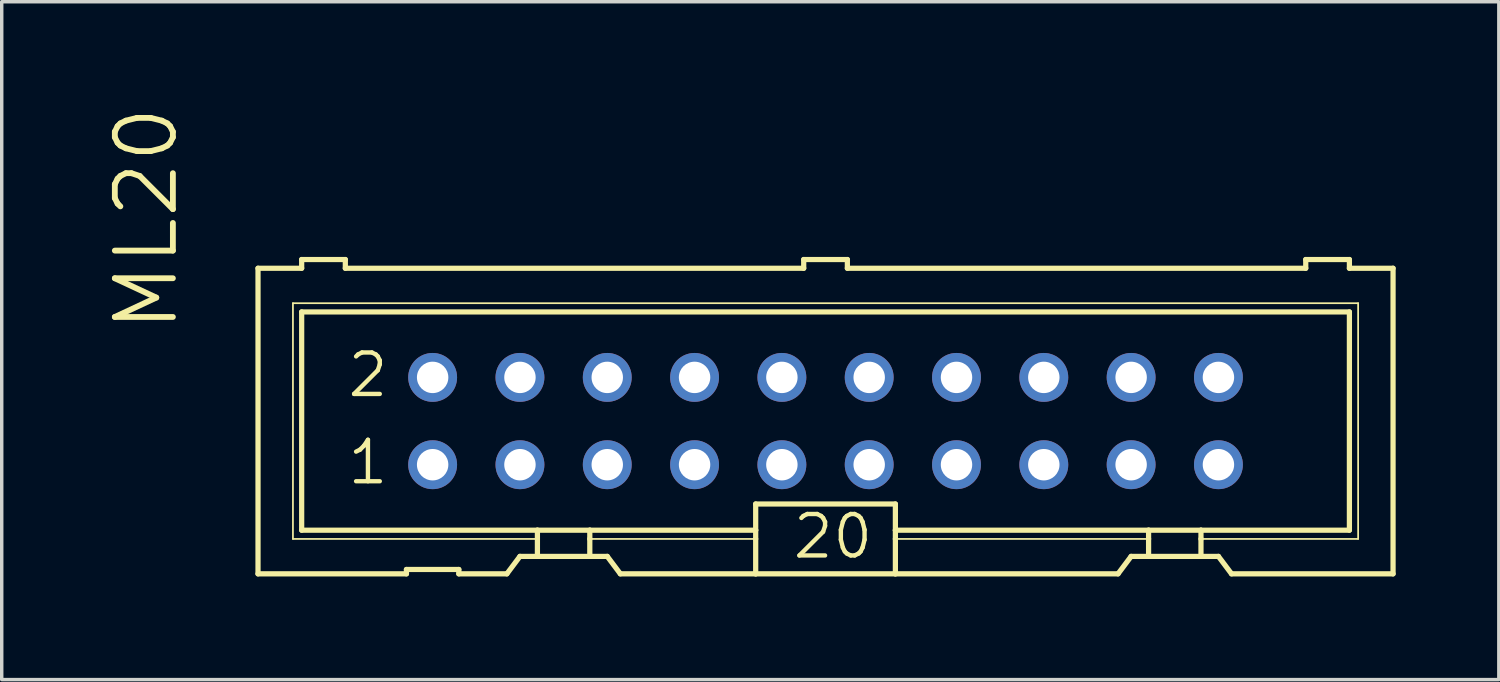
<source format=kicad_pcb>
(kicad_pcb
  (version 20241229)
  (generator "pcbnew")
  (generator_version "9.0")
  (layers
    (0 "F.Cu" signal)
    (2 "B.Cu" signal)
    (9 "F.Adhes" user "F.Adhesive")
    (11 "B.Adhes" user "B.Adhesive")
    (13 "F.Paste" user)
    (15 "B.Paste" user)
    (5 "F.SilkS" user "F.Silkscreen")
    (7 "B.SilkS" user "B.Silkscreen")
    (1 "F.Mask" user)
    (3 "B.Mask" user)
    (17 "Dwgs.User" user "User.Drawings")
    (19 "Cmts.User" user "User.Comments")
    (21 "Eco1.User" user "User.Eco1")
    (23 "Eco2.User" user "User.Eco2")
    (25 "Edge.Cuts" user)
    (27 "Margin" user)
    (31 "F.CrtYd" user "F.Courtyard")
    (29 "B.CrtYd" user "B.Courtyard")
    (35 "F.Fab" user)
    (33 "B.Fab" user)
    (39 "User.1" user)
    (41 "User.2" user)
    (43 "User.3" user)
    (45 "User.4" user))
  (footprint "ML20"
    (layer "F.Cu")
    (at 20.966 9.199)
    (property "Reference" "ML20" (at -18.771 -2.515 90) (layer "F.SilkS") (effects (font (size 1.689 1.689) (thickness 0.169)) (justify left bottom)))
    (attr through_hole)
    (fp_line (start -16.51 -4.445) (end -16.51 4.445) (stroke (width 0.152) (type solid)) (layer "F.SilkS"))
    (fp_line (start -16.51 -4.445) (end -15.24 -4.445) (stroke (width 0.152) (type solid)) (layer "F.SilkS"))
    (fp_line (start -16.51 4.445) (end -12.192 4.445) (stroke (width 0.152) (type solid)) (layer "F.SilkS"))
    (fp_line (start -15.494 -3.429) (end -15.494 3.429) (stroke (width 0.051) (type solid)) (layer "F.SilkS"))
    (fp_line (start -15.494 3.429) (end -8.382 3.429) (stroke (width 0.051) (type solid)) (layer "F.SilkS"))
    (fp_line (start -15.24 -4.699) (end -15.24 -4.445) (stroke (width 0.152) (type solid)) (layer "F.SilkS"))
    (fp_line (start -15.24 -3.175) (end -15.24 3.175) (stroke (width 0.152) (type solid)) (layer "F.SilkS"))
    (fp_line (start -15.24 -3.175) (end 15.24 -3.175) (stroke (width 0.152) (type solid)) (layer "F.SilkS"))
    (fp_line (start -13.97 -4.699) (end -15.24 -4.699) (stroke (width 0.152) (type solid)) (layer "F.SilkS"))
    (fp_line (start -13.97 -4.699) (end -13.97 -4.445) (stroke (width 0.152) (type solid)) (layer "F.SilkS"))
    (fp_line (start -13.97 -4.445) (end -0.635 -4.445) (stroke (width 0.152) (type solid)) (layer "F.SilkS"))
    (fp_line (start -12.192 4.318) (end -12.192 4.445) (stroke (width 0.152) (type solid)) (layer "F.SilkS"))
    (fp_line (start -12.192 4.318) (end -10.668 4.318) (stroke (width 0.152) (type solid)) (layer "F.SilkS"))
    (fp_line (start -10.668 4.445) (end -10.668 4.318) (stroke (width 0.152) (type solid)) (layer "F.SilkS"))
    (fp_line (start -10.668 4.445) (end -9.271 4.445) (stroke (width 0.152) (type solid)) (layer "F.SilkS"))
    (fp_line (start -9.271 4.445) (end -8.89 3.937) (stroke (width 0.152) (type solid)) (layer "F.SilkS"))
    (fp_line (start -8.382 3.175) (end -15.24 3.175) (stroke (width 0.152) (type solid)) (layer "F.SilkS"))
    (fp_line (start -8.382 3.175) (end -8.382 3.429) (stroke (width 0.152) (type solid)) (layer "F.SilkS"))
    (fp_line (start -8.382 3.429) (end -8.382 3.937) (stroke (width 0.152) (type solid)) (layer "F.SilkS"))
    (fp_line (start -8.382 3.937) (end -8.89 3.937) (stroke (width 0.152) (type solid)) (layer "F.SilkS"))
    (fp_line (start -6.858 3.175) (end -8.382 3.175) (stroke (width 0.152) (type solid)) (layer "F.SilkS"))
    (fp_line (start -6.858 3.175) (end -6.858 3.429) (stroke (width 0.152) (type solid)) (layer "F.SilkS"))
    (fp_line (start -6.858 3.429) (end -6.858 3.937) (stroke (width 0.152) (type solid)) (layer "F.SilkS"))
    (fp_line (start -6.858 3.429) (end -2.032 3.429) (stroke (width 0.051) (type solid)) (layer "F.SilkS"))
    (fp_line (start -6.858 3.937) (end -8.382 3.937) (stroke (width 0.152) (type solid)) (layer "F.SilkS"))
    (fp_line (start -6.35 3.937) (end -6.858 3.937) (stroke (width 0.152) (type solid)) (layer "F.SilkS"))
    (fp_line (start -6.35 3.937) (end -5.969 4.445) (stroke (width 0.152) (type solid)) (layer "F.SilkS"))
    (fp_line (start -5.969 4.445) (end -2.032 4.445) (stroke (width 0.152) (type solid)) (layer "F.SilkS"))
    (fp_line (start -2.032 3.175) (end -6.858 3.175) (stroke (width 0.152) (type solid)) (layer "F.SilkS"))
    (fp_line (start -2.032 3.175) (end -2.032 2.413) (stroke (width 0.152) (type solid)) (layer "F.SilkS"))
    (fp_line (start -2.032 3.175) (end -2.032 3.429) (stroke (width 0.152) (type solid)) (layer "F.SilkS"))
    (fp_line (start -2.032 3.429) (end -2.032 4.445) (stroke (width 0.152) (type solid)) (layer "F.SilkS"))
    (fp_line (start -0.635 -4.699) (end -0.635 -4.445) (stroke (width 0.152) (type solid)) (layer "F.SilkS"))
    (fp_line (start 0.635 -4.699) (end -0.635 -4.699) (stroke (width 0.152) (type solid)) (layer "F.SilkS"))
    (fp_line (start 0.635 -4.699) (end 0.635 -4.445) (stroke (width 0.152) (type solid)) (layer "F.SilkS"))
    (fp_line (start 0.635 -4.445) (end 13.97 -4.445) (stroke (width 0.152) (type solid)) (layer "F.SilkS"))
    (fp_line (start 2.032 2.413) (end -2.032 2.413) (stroke (width 0.152) (type solid)) (layer "F.SilkS"))
    (fp_line (start 2.032 2.413) (end 2.032 3.175) (stroke (width 0.152) (type solid)) (layer "F.SilkS"))
    (fp_line (start 2.032 3.175) (end 2.032 3.429) (stroke (width 0.152) (type solid)) (layer "F.SilkS"))
    (fp_line (start 2.032 3.429) (end 2.032 4.445) (stroke (width 0.152) (type solid)) (layer "F.SilkS"))
    (fp_line (start 2.032 4.445) (end -2.032 4.445) (stroke (width 0.152) (type solid)) (layer "F.SilkS"))
    (fp_line (start 8.509 4.445) (end 2.032 4.445) (stroke (width 0.152) (type solid)) (layer "F.SilkS"))
    (fp_line (start 8.509 4.445) (end 8.89 3.937) (stroke (width 0.152) (type solid)) (layer "F.SilkS"))
    (fp_line (start 9.398 3.175) (end 2.032 3.175) (stroke (width 0.152) (type solid)) (layer "F.SilkS"))
    (fp_line (start 9.398 3.175) (end 9.398 3.429) (stroke (width 0.152) (type solid)) (layer "F.SilkS"))
    (fp_line (start 9.398 3.429) (end 2.032 3.429) (stroke (width 0.051) (type solid)) (layer "F.SilkS"))
    (fp_line (start 9.398 3.429) (end 9.398 3.937) (stroke (width 0.152) (type solid)) (layer "F.SilkS"))
    (fp_line (start 9.398 3.937) (end 8.89 3.937) (stroke (width 0.152) (type solid)) (layer "F.SilkS"))
    (fp_line (start 10.922 3.175) (end 9.398 3.175) (stroke (width 0.152) (type solid)) (layer "F.SilkS"))
    (fp_line (start 10.922 3.175) (end 10.922 3.429) (stroke (width 0.152) (type solid)) (layer "F.SilkS"))
    (fp_line (start 10.922 3.429) (end 10.922 3.937) (stroke (width 0.152) (type solid)) (layer "F.SilkS"))
    (fp_line (start 10.922 3.429) (end 15.494 3.429) (stroke (width 0.051) (type solid)) (layer "F.SilkS"))
    (fp_line (start 10.922 3.937) (end 9.398 3.937) (stroke (width 0.152) (type solid)) (layer "F.SilkS"))
    (fp_line (start 11.43 3.937) (end 10.922 3.937) (stroke (width 0.152) (type solid)) (layer "F.SilkS"))
    (fp_line (start 11.43 3.937) (end 11.811 4.445) (stroke (width 0.152) (type solid)) (layer "F.SilkS"))
    (fp_line (start 13.97 -4.445) (end 13.97 -4.699) (stroke (width 0.152) (type solid)) (layer "F.SilkS"))
    (fp_line (start 15.24 -4.699) (end 13.97 -4.699) (stroke (width 0.152) (type solid)) (layer "F.SilkS"))
    (fp_line (start 15.24 -4.445) (end 15.24 -4.699) (stroke (width 0.152) (type solid)) (layer "F.SilkS"))
    (fp_line (start 15.24 -4.445) (end 16.51 -4.445) (stroke (width 0.152) (type solid)) (layer "F.SilkS"))
    (fp_line (start 15.24 3.175) (end 10.922 3.175) (stroke (width 0.152) (type solid)) (layer "F.SilkS"))
    (fp_line (start 15.24 3.175) (end 15.24 -3.175) (stroke (width 0.152) (type solid)) (layer "F.SilkS"))
    (fp_line (start 15.494 -3.429) (end -15.494 -3.429) (stroke (width 0.051) (type solid)) (layer "F.SilkS"))
    (fp_line (start 15.494 3.429) (end 15.494 -3.429) (stroke (width 0.051) (type solid)) (layer "F.SilkS"))
    (fp_line (start 16.51 4.445) (end 11.811 4.445) (stroke (width 0.152) (type solid)) (layer "F.SilkS"))
    (fp_line (start 16.51 4.445) (end 16.51 -4.445) (stroke (width 0.152) (type solid)) (layer "F.SilkS"))
    (fp_poly (pts (xy -11.684 -1.016) (xy -11.176 -1.016) (xy -11.176 -1.524) (xy -11.684 -1.524)) (stroke (width 0.1) (type solid)) (fill no) (layer "F.Fab"))
    (fp_poly (pts (xy -11.684 1.524) (xy -11.176 1.524) (xy -11.176 1.016) (xy -11.684 1.016)) (stroke (width 0.1) (type solid)) (fill no) (layer "F.Fab"))
    (fp_poly (pts (xy -9.144 -1.016) (xy -8.636 -1.016) (xy -8.636 -1.524) (xy -9.144 -1.524)) (stroke (width 0.1) (type solid)) (fill no) (layer "F.Fab"))
    (fp_poly (pts (xy -9.144 1.524) (xy -8.636 1.524) (xy -8.636 1.016) (xy -9.144 1.016)) (stroke (width 0.1) (type solid)) (fill no) (layer "F.Fab"))
    (fp_poly (pts (xy -6.604 -1.016) (xy -6.096 -1.016) (xy -6.096 -1.524) (xy -6.604 -1.524)) (stroke (width 0.1) (type solid)) (fill no) (layer "F.Fab"))
    (fp_poly (pts (xy -6.604 1.524) (xy -6.096 1.524) (xy -6.096 1.016) (xy -6.604 1.016)) (stroke (width 0.1) (type solid)) (fill no) (layer "F.Fab"))
    (fp_poly (pts (xy -4.064 -1.016) (xy -3.556 -1.016) (xy -3.556 -1.524) (xy -4.064 -1.524)) (stroke (width 0.1) (type solid)) (fill no) (layer "F.Fab"))
    (fp_poly (pts (xy -4.064 1.524) (xy -3.556 1.524) (xy -3.556 1.016) (xy -4.064 1.016)) (stroke (width 0.1) (type solid)) (fill no) (layer "F.Fab"))
    (fp_poly (pts (xy -1.524 -1.016) (xy -1.016 -1.016) (xy -1.016 -1.524) (xy -1.524 -1.524)) (stroke (width 0.1) (type solid)) (fill no) (layer "F.Fab"))
    (fp_poly (pts (xy -1.524 1.524) (xy -1.016 1.524) (xy -1.016 1.016) (xy -1.524 1.016)) (stroke (width 0.1) (type solid)) (fill no) (layer "F.Fab"))
    (fp_poly (pts (xy 1.016 -1.016) (xy 1.524 -1.016) (xy 1.524 -1.524) (xy 1.016 -1.524)) (stroke (width 0.1) (type solid)) (fill no) (layer "F.Fab"))
    (fp_poly (pts (xy 1.016 1.524) (xy 1.524 1.524) (xy 1.524 1.016) (xy 1.016 1.016)) (stroke (width 0.1) (type solid)) (fill no) (layer "F.Fab"))
    (fp_poly (pts (xy 3.556 -1.016) (xy 4.064 -1.016) (xy 4.064 -1.524) (xy 3.556 -1.524)) (stroke (width 0.1) (type solid)) (fill no) (layer "F.Fab"))
    (fp_poly (pts (xy 3.556 1.524) (xy 4.064 1.524) (xy 4.064 1.016) (xy 3.556 1.016)) (stroke (width 0.1) (type solid)) (fill no) (layer "F.Fab"))
    (fp_poly (pts (xy 6.096 -1.016) (xy 6.604 -1.016) (xy 6.604 -1.524) (xy 6.096 -1.524)) (stroke (width 0.1) (type solid)) (fill no) (layer "F.Fab"))
    (fp_poly (pts (xy 6.096 1.524) (xy 6.604 1.524) (xy 6.604 1.016) (xy 6.096 1.016)) (stroke (width 0.1) (type solid)) (fill no) (layer "F.Fab"))
    (fp_poly (pts (xy 8.636 -1.016) (xy 9.144 -1.016) (xy 9.144 -1.524) (xy 8.636 -1.524)) (stroke (width 0.1) (type solid)) (fill no) (layer "F.Fab"))
    (fp_poly (pts (xy 8.636 1.524) (xy 9.144 1.524) (xy 9.144 1.016) (xy 8.636 1.016)) (stroke (width 0.1) (type solid)) (fill no) (layer "F.Fab"))
    (fp_poly (pts (xy 11.176 -1.016) (xy 11.684 -1.016) (xy 11.684 -1.524) (xy 11.176 -1.524)) (stroke (width 0.1) (type solid)) (fill no) (layer "F.Fab"))
    (fp_poly (pts (xy 11.176 1.524) (xy 11.684 1.524) (xy 11.684 1.016) (xy 11.176 1.016)) (stroke (width 0.1) (type solid)) (fill no) (layer "F.Fab"))
    (fp_text user "20" (at -1.016 4.064 0) (layer "F.SilkS") (effects (font (size 1.206 1.206) (thickness 0.127)) (justify left bottom)))
    (fp_text user "2" (at -13.97 -0.635 0) (layer "F.SilkS") (effects (font (size 1.206 1.206) (thickness 0.127)) (justify left bottom)))
    (fp_text user "1" (at -13.97 1.905 0) (layer "F.SilkS") (effects (font (size 1.206 1.206) (thickness 0.127)) (justify left bottom)))
    (pad "1" thru_hole circle (at -11.43 1.27) (size 1.422 1.422) (drill 0.914) (layers "*.Cu" "*.Mask"))
    (pad "2" thru_hole circle (at -11.43 -1.27) (size 1.422 1.422) (drill 0.914) (layers "*.Cu" "*.Mask"))
    (pad "3" thru_hole circle (at -8.89 1.27) (size 1.422 1.422) (drill 0.914) (layers "*.Cu" "*.Mask"))
    (pad "4" thru_hole circle (at -8.89 -1.27) (size 1.422 1.422) (drill 0.914) (layers "*.Cu" "*.Mask"))
    (pad "5" thru_hole circle (at -6.35 1.27) (size 1.422 1.422) (drill 0.914) (layers "*.Cu" "*.Mask"))
    (pad "6" thru_hole circle (at -6.35 -1.27) (size 1.422 1.422) (drill 0.914) (layers "*.Cu" "*.Mask"))
    (pad "7" thru_hole circle (at -3.81 1.27) (size 1.422 1.422) (drill 0.914) (layers "*.Cu" "*.Mask"))
    (pad "8" thru_hole circle (at -3.81 -1.27) (size 1.422 1.422) (drill 0.914) (layers "*.Cu" "*.Mask"))
    (pad "9" thru_hole circle (at -1.27 1.27) (size 1.422 1.422) (drill 0.914) (layers "*.Cu" "*.Mask"))
    (pad "10" thru_hole circle (at -1.27 -1.27) (size 1.422 1.422) (drill 0.914) (layers "*.Cu" "*.Mask"))
    (pad "11" thru_hole circle (at 1.27 1.27) (size 1.422 1.422) (drill 0.914) (layers "*.Cu" "*.Mask"))
    (pad "12" thru_hole circle (at 1.27 -1.27) (size 1.422 1.422) (drill 0.914) (layers "*.Cu" "*.Mask"))
    (pad "13" thru_hole circle (at 3.81 1.27) (size 1.422 1.422) (drill 0.914) (layers "*.Cu" "*.Mask"))
    (pad "14" thru_hole circle (at 3.81 -1.27) (size 1.422 1.422) (drill 0.914) (layers "*.Cu" "*.Mask"))
    (pad "15" thru_hole circle (at 6.35 1.27) (size 1.422 1.422) (drill 0.914) (layers "*.Cu" "*.Mask"))
    (pad "16" thru_hole circle (at 6.35 -1.27) (size 1.422 1.422) (drill 0.914) (layers "*.Cu" "*.Mask"))
    (pad "17" thru_hole circle (at 8.89 1.27) (size 1.422 1.422) (drill 0.914) (layers "*.Cu" "*.Mask"))
    (pad "18" thru_hole circle (at 8.89 -1.27) (size 1.422 1.422) (drill 0.914) (layers "*.Cu" "*.Mask"))
    (pad "19" thru_hole circle (at 11.43 1.27) (size 1.422 1.422) (drill 0.914) (layers "*.Cu" "*.Mask"))
    (pad "20" thru_hole circle (at 11.43 -1.27) (size 1.422 1.422) (drill 0.914) (layers "*.Cu" "*.Mask")))
  (gr_rect
    (start -3 -3)
    (end 40.553 16.72)
    (stroke (width 0.1) (type default))
    (fill no)
    (layer "Edge.Cuts")))
</source>
